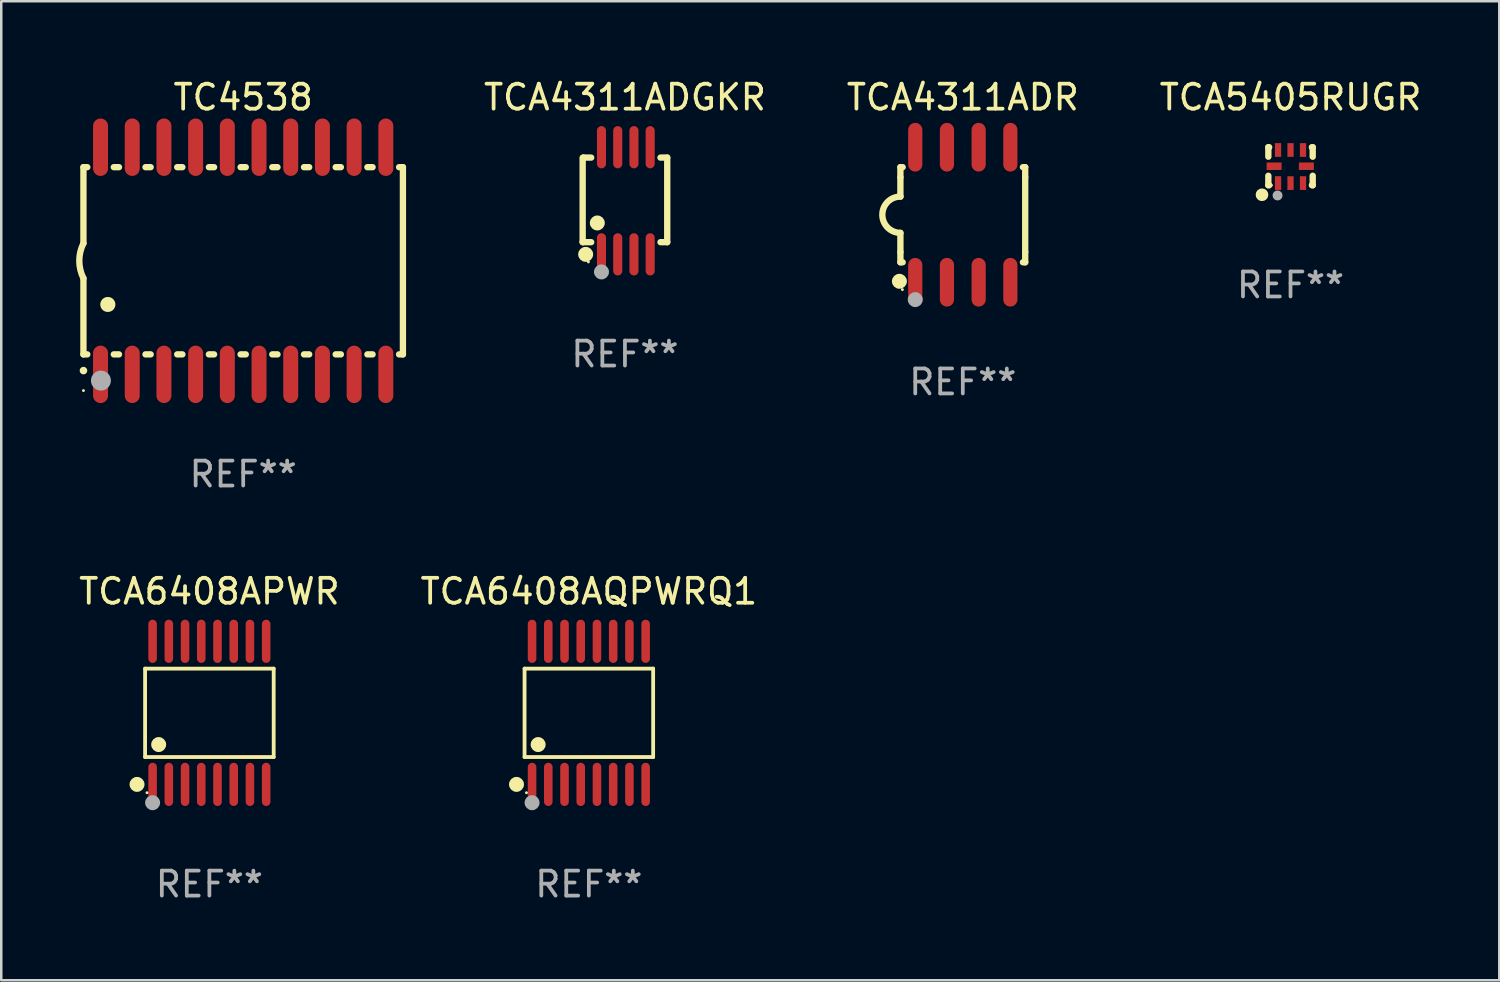
<source format=kicad_pcb>
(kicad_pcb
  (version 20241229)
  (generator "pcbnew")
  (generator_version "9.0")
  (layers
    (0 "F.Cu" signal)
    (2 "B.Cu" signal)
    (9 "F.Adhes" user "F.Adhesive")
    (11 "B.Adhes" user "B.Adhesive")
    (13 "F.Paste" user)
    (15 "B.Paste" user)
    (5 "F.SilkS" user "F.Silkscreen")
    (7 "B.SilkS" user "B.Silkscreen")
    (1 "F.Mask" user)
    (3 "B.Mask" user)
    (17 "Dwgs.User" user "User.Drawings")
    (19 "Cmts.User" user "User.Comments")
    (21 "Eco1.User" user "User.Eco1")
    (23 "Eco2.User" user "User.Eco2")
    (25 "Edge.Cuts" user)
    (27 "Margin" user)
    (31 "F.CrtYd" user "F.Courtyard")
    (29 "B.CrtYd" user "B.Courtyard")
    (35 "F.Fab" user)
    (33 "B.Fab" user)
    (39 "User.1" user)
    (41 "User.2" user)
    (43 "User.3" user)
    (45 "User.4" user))
  (footprint "TCA5405RUGR"
    (layer "F.Cu")
    (at 48.654 3.61)
    (property "Reference" "TCA5405RUGR" (at 0 -2.762 0) (layer "F.SilkS") (effects (font (size 1 1) (thickness 0.15))))
    (attr through_hole)
    (fp_line (start -0.889 -0.762) (end -0.889 -0.381) (stroke (width 0.254) (type solid)) (layer "F.SilkS"))
    (fp_line (start -0.889 0.381) (end -0.889 0.762) (stroke (width 0.254) (type solid)) (layer "F.SilkS"))
    (fp_line (start -0.889 0.762) (end -0.856 0.762) (stroke (width 0.254) (type solid)) (layer "F.SilkS"))
    (fp_line (start -0.856 -0.762) (end -0.889 -0.762) (stroke (width 0.254) (type solid)) (layer "F.SilkS"))
    (fp_line (start 0.856 0.762) (end 0.889 0.762) (stroke (width 0.254) (type solid)) (layer "F.SilkS"))
    (fp_line (start 0.889 -0.762) (end 0.856 -0.762) (stroke (width 0.254) (type solid)) (layer "F.SilkS"))
    (fp_line (start 0.889 -0.381) (end 0.889 -0.762) (stroke (width 0.254) (type solid)) (layer "F.SilkS"))
    (fp_line (start 0.889 0.762) (end 0.889 0.381) (stroke (width 0.254) (type solid)) (layer "F.SilkS"))
    (fp_circle (center -1.143 1.143) (end -1.016 1.143) (stroke (width 0.254) (type solid)) (fill no) (layer "F.SilkS"))
    (fp_circle (center -0.768 0.762) (end -0.738 0.762) (stroke (width 0.06) (type solid)) (fill no) (layer "F.SilkS"))
    (fp_circle (center -0.52 1.171) (end -0.42 1.171) (stroke (width 0.2) (type solid)) (fill no) (layer "F.Fab"))
    (fp_text user "REF**" (at 0 4.762 0) (layer "F.Fab") (effects (font (size 1 1) (thickness 0.15))))
    (pad "1" smd rect (at -0.5 0.675 270) (size 0.55 0.25) (layers "F.Cu" "F.Mask" "F.Paste"))
    (pad "2" smd rect (at 0.000025 0.675 270) (size 0.55 0.25) (layers "F.Cu" "F.Mask" "F.Paste"))
    (pad "3" smd rect (at 0.5 0.675 270) (size 0.55 0.25) (layers "F.Cu" "F.Mask" "F.Paste"))
    (pad "4" smd rect (at 0.635 0.000051) (size 0.6 0.3) (layers "F.Cu" "F.Mask" "F.Paste"))
    (pad "5" smd rect (at 0.5 -0.65 270) (size 0.55 0.25) (layers "F.Cu" "F.Mask" "F.Paste"))
    (pad "6" smd rect (at 0.000025 -0.65 270) (size 0.55 0.25) (layers "F.Cu" "F.Mask" "F.Paste"))
    (pad "7" smd rect (at -0.5 -0.65 270) (size 0.55 0.25) (layers "F.Cu" "F.Mask" "F.Paste"))
    (pad "8" smd rect (at -0.658 0.000051) (size 0.6 0.3) (layers "F.Cu" "F.Mask" "F.Paste")))
  (footprint "TCA4311ADR"
    (layer "F.Cu")
    (at 35.524 5.553)
    (property "Reference" "TCA4311ADR" (at 0 -4.705 0) (layer "F.SilkS") (effects (font (size 1 1) (thickness 0.15))))
    (attr through_hole)
    (fp_line (start -2.5 -1.905) (end -2.409 -1.905) (stroke (width 0.254) (type solid)) (layer "F.SilkS"))
    (fp_line (start -2.5 -1.5) (end -2.5 -1.905) (stroke (width 0.254) (type solid)) (layer "F.SilkS"))
    (fp_line (start -2.5 -1.5) (end -2.5 -0.726) (stroke (width 0.254) (type solid)) (layer "F.SilkS"))
    (fp_line (start -2.5 1.5) (end -2.5 0.727) (stroke (width 0.254) (type solid)) (layer "F.SilkS"))
    (fp_line (start -2.5 1.5) (end -2.5 1.905) (stroke (width 0.254) (type solid)) (layer "F.SilkS"))
    (fp_line (start -2.5 1.905) (end -2.409 1.905) (stroke (width 0.254) (type solid)) (layer "F.SilkS"))
    (fp_line (start 2.5 -1.905) (end 2.409 -1.905) (stroke (width 0.254) (type solid)) (layer "F.SilkS"))
    (fp_line (start 2.5 -1.5) (end 2.5 -1.905) (stroke (width 0.254) (type solid)) (layer "F.SilkS"))
    (fp_line (start 2.5 -1.5) (end 2.5 1.5) (stroke (width 0.254) (type solid)) (layer "F.SilkS"))
    (fp_line (start 2.5 1.5) (end 2.5 1.905) (stroke (width 0.254) (type solid)) (layer "F.SilkS"))
    (fp_line (start 2.5 1.905) (end 2.409 1.905) (stroke (width 0.254) (type solid)) (layer "F.SilkS"))
    (fp_arc (start -2.5 0.726568) (mid -3.220316 -0.0023) (end -2.495097 -0.726289) (stroke (width 0.254001) (type solid)) (layer "F.SilkS"))
    (fp_circle (center -2.54 2.667) (end -2.39 2.667) (stroke (width 0.3) (type solid)) (fill no) (layer "F.SilkS"))
    (fp_circle (center -2.42 3) (end -2.39 3) (stroke (width 0.06) (type solid)) (fill no) (layer "F.SilkS"))
    (fp_circle (center -1.905 3.4) (end -1.755 3.4) (stroke (width 0.3) (type solid)) (fill no) (layer "F.Fab"))
    (fp_text user "REF**" (at 0 6.705 0) (layer "F.Fab") (effects (font (size 1 1) (thickness 0.15))))
    (pad "1" smd oval (at -1.905 2.705) (size 0.568 1.95) (layers "F.Cu" "F.Mask" "F.Paste"))
    (pad "2" smd oval (at -0.635 2.705) (size 0.568 1.95) (layers "F.Cu" "F.Mask" "F.Paste"))
    (pad "3" smd oval (at 0.635 2.705) (size 0.568 1.95) (layers "F.Cu" "F.Mask" "F.Paste"))
    (pad "4" smd oval (at 1.905 2.705) (size 0.568 1.95) (layers "F.Cu" "F.Mask" "F.Paste"))
    (pad "5" smd oval (at 1.905 -2.705) (size 0.568 1.95) (layers "F.Cu" "F.Mask" "F.Paste"))
    (pad "6" smd oval (at 0.635 -2.705) (size 0.568 1.95) (layers "F.Cu" "F.Mask" "F.Paste"))
    (pad "7" smd oval (at -0.635 -2.705) (size 0.568 1.95) (layers "F.Cu" "F.Mask" "F.Paste"))
    (pad "8" smd oval (at -1.905 -2.705) (size 0.568 1.95) (layers "F.Cu" "F.Mask" "F.Paste")))
  (footprint "TC4538"
    (layer "F.Cu")
    (at 6.693 7.398)
    (property "Reference" "TC4538" (at 0 -6.55 0) (layer "F.SilkS") (effects (font (size 1 1) (thickness 0.15))))
    (attr through_hole)
    (fp_line (start -6.4 -3.75) (end -6.4 -0.7) (stroke (width 0.254) (type solid)) (layer "F.SilkS"))
    (fp_line (start -6.4 -3.75) (end -6.246 -3.75) (stroke (width 0.254) (type solid)) (layer "F.SilkS"))
    (fp_line (start -6.4 3.75) (end -6.4 0.7) (stroke (width 0.254) (type solid)) (layer "F.SilkS"))
    (fp_line (start -6.246 3.75) (end -6.4 3.75) (stroke (width 0.254) (type solid)) (layer "F.SilkS"))
    (fp_line (start -5.184 -3.75) (end -4.976 -3.75) (stroke (width 0.254) (type solid)) (layer "F.SilkS"))
    (fp_line (start -4.976 3.75) (end -5.184 3.75) (stroke (width 0.254) (type solid)) (layer "F.SilkS"))
    (fp_line (start -3.914 -3.75) (end -3.706 -3.75) (stroke (width 0.254) (type solid)) (layer "F.SilkS"))
    (fp_line (start -3.706 3.75) (end -3.914 3.75) (stroke (width 0.254) (type solid)) (layer "F.SilkS"))
    (fp_line (start -2.644 -3.75) (end -2.436 -3.75) (stroke (width 0.254) (type solid)) (layer "F.SilkS"))
    (fp_line (start -2.436 3.75) (end -2.644 3.75) (stroke (width 0.254) (type solid)) (layer "F.SilkS"))
    (fp_line (start -1.374 -3.75) (end -1.166 -3.75) (stroke (width 0.254) (type solid)) (layer "F.SilkS"))
    (fp_line (start -1.166 3.75) (end -1.374 3.75) (stroke (width 0.254) (type solid)) (layer "F.SilkS"))
    (fp_line (start -0.104 -3.75) (end 0.104 -3.75) (stroke (width 0.254) (type solid)) (layer "F.SilkS"))
    (fp_line (start 0.104 3.75) (end -0.104 3.75) (stroke (width 0.254) (type solid)) (layer "F.SilkS"))
    (fp_line (start 1.166 -3.75) (end 1.374 -3.75) (stroke (width 0.254) (type solid)) (layer "F.SilkS"))
    (fp_line (start 1.374 3.75) (end 1.166 3.75) (stroke (width 0.254) (type solid)) (layer "F.SilkS"))
    (fp_line (start 2.436 -3.75) (end 2.644 -3.75) (stroke (width 0.254) (type solid)) (layer "F.SilkS"))
    (fp_line (start 2.644 3.75) (end 2.436 3.75) (stroke (width 0.254) (type solid)) (layer "F.SilkS"))
    (fp_line (start 3.706 -3.75) (end 3.914 -3.75) (stroke (width 0.254) (type solid)) (layer "F.SilkS"))
    (fp_line (start 3.914 3.75) (end 3.706 3.75) (stroke (width 0.254) (type solid)) (layer "F.SilkS"))
    (fp_line (start 4.976 -3.75) (end 5.184 -3.75) (stroke (width 0.254) (type solid)) (layer "F.SilkS"))
    (fp_line (start 5.184 3.75) (end 4.976 3.75) (stroke (width 0.254) (type solid)) (layer "F.SilkS"))
    (fp_line (start 6.246 -3.75) (end 6.4 -3.75) (stroke (width 0.254) (type solid)) (layer "F.SilkS"))
    (fp_line (start 6.4 -3.75) (end 6.4 3.75) (stroke (width 0.254) (type solid)) (layer "F.SilkS"))
    (fp_line (start 6.4 3.75) (end 6.246 3.75) (stroke (width 0.254) (type solid)) (layer "F.SilkS"))
    (fp_arc (start -6.400812 0.701041) (mid -6.565912 0.000428) (end -6.400025 -0.7) (stroke (width 0.254001) (type solid)) (layer "F.SilkS"))
    (fp_arc (start -6.400025 4.4) (mid -6.398755 4.399995) (end -6.397485 4.4) (stroke (width 0.3) (type solid)) (layer "F.SilkS"))
    (fp_arc (start -5.425451 1.750064) (mid -5.422911 1.750053) (end -5.420371 1.750064) (stroke (width 0.6) (type solid)) (layer "F.SilkS"))
    (fp_circle (center -6.4 5.2) (end -6.37 5.2) (stroke (width 0.06) (type solid)) (fill no) (layer "F.SilkS"))
    (fp_circle (center -5.7 4.8) (end -5.5 4.8) (stroke (width 0.4) (type solid)) (fill no) (layer "F.Fab"))
    (fp_text user "REF**" (at 0 8.55 0) (layer "F.Fab") (effects (font (size 1 1) (thickness 0.15))))
    (pad "1" smd oval (at -5.715 4.55 180) (size 0.6 2.3) (layers "F.Cu" "F.Mask" "F.Paste"))
    (pad "2" smd oval (at -4.445 4.55 180) (size 0.6 2.3) (layers "F.Cu" "F.Mask" "F.Paste"))
    (pad "3" smd oval (at -3.175 4.55 180) (size 0.6 2.3) (layers "F.Cu" "F.Mask" "F.Paste"))
    (pad "4" smd oval (at -1.905 4.55 180) (size 0.6 2.3) (layers "F.Cu" "F.Mask" "F.Paste"))
    (pad "5" smd oval (at -0.635 4.55 180) (size 0.6 2.3) (layers "F.Cu" "F.Mask" "F.Paste"))
    (pad "6" smd oval (at 0.635 4.55 180) (size 0.6 2.3) (layers "F.Cu" "F.Mask" "F.Paste"))
    (pad "7" smd oval (at 1.905 4.55 180) (size 0.6 2.3) (layers "F.Cu" "F.Mask" "F.Paste"))
    (pad "8" smd oval (at 3.175 4.55 180) (size 0.6 2.3) (layers "F.Cu" "F.Mask" "F.Paste"))
    (pad "9" smd oval (at 4.445 4.55 180) (size 0.6 2.3) (layers "F.Cu" "F.Mask" "F.Paste"))
    (pad "10" smd oval (at 5.715 4.55 180) (size 0.6 2.3) (layers "F.Cu" "F.Mask" "F.Paste"))
    (pad "11" smd oval (at 5.715 -4.55 180) (size 0.6 2.3) (layers "F.Cu" "F.Mask" "F.Paste"))
    (pad "12" smd oval (at 4.445 -4.55 180) (size 0.6 2.3) (layers "F.Cu" "F.Mask" "F.Paste"))
    (pad "13" smd oval (at 3.175 -4.55 180) (size 0.6 2.3) (layers "F.Cu" "F.Mask" "F.Paste"))
    (pad "14" smd oval (at 1.905 -4.55 180) (size 0.6 2.3) (layers "F.Cu" "F.Mask" "F.Paste"))
    (pad "15" smd oval (at 0.635 -4.55 180) (size 0.6 2.3) (layers "F.Cu" "F.Mask" "F.Paste"))
    (pad "16" smd oval (at -0.635 -4.55 180) (size 0.6 2.3) (layers "F.Cu" "F.Mask" "F.Paste"))
    (pad "17" smd oval (at -1.905 -4.55 180) (size 0.6 2.3) (layers "F.Cu" "F.Mask" "F.Paste"))
    (pad "18" smd oval (at -3.175 -4.55 180) (size 0.6 2.3) (layers "F.Cu" "F.Mask" "F.Paste"))
    (pad "19" smd oval (at -4.445 -4.55 180) (size 0.6 2.3) (layers "F.Cu" "F.Mask" "F.Paste"))
    (pad "20" smd oval (at -5.715 -4.55 180) (size 0.6 2.3) (layers "F.Cu" "F.Mask" "F.Paste")))
  (footprint "TCA6408APWR"
    (layer "F.Cu")
    (at 5.339 25.51)
    (property "Reference" "TCA6408APWR" (at 0 -4.866 0) (layer "F.SilkS") (effects (font (size 1 1) (thickness 0.15))))
    (attr through_hole)
    (fp_line (start -2.576 -1.772) (end 2.576 -1.772) (stroke (width 0.152) (type solid)) (layer "F.SilkS"))
    (fp_line (start -2.576 1.771) (end -2.576 -1.772) (stroke (width 0.152) (type solid)) (layer "F.SilkS"))
    (fp_line (start 2.576 -1.772) (end 2.576 1.771) (stroke (width 0.152) (type solid)) (layer "F.SilkS"))
    (fp_line (start 2.576 1.771) (end -2.576 1.771) (stroke (width 0.152) (type solid)) (layer "F.SilkS"))
    (fp_circle (center -2.899 2.866) (end -2.749 2.866) (stroke (width 0.3) (type solid)) (fill no) (layer "F.SilkS"))
    (fp_circle (center -2.5 3.2) (end -2.47 3.2) (stroke (width 0.06) (type solid)) (fill no) (layer "F.SilkS"))
    (fp_circle (center -2.032 1.27) (end -1.882 1.27) (stroke (width 0.3) (type solid)) (fill no) (layer "F.SilkS"))
    (fp_circle (center -2.275 3.6) (end -2.125 3.6) (stroke (width 0.3) (type solid)) (fill no) (layer "F.Fab"))
    (fp_text user "REF**" (at 0 6.866 0) (layer "F.Fab") (effects (font (size 1 1) (thickness 0.15))))
    (pad "1" smd oval (at -2.275 2.866) (size 0.343 1.731) (layers "F.Cu" "F.Mask" "F.Paste"))
    (pad "2" smd oval (at -1.625 2.866) (size 0.343 1.731) (layers "F.Cu" "F.Mask" "F.Paste"))
    (pad "3" smd oval (at -0.975 2.866) (size 0.343 1.731) (layers "F.Cu" "F.Mask" "F.Paste"))
    (pad "4" smd oval (at -0.325 2.866) (size 0.343 1.731) (layers "F.Cu" "F.Mask" "F.Paste"))
    (pad "5" smd oval (at 0.325 2.866) (size 0.343 1.731) (layers "F.Cu" "F.Mask" "F.Paste"))
    (pad "6" smd oval (at 0.975 2.866) (size 0.343 1.731) (layers "F.Cu" "F.Mask" "F.Paste"))
    (pad "7" smd oval (at 1.625 2.866) (size 0.343 1.731) (layers "F.Cu" "F.Mask" "F.Paste"))
    (pad "8" smd oval (at 2.275 2.866) (size 0.343 1.731) (layers "F.Cu" "F.Mask" "F.Paste"))
    (pad "9" smd oval (at 2.275 -2.866) (size 0.343 1.731) (layers "F.Cu" "F.Mask" "F.Paste"))
    (pad "10" smd oval (at 1.625 -2.866) (size 0.343 1.731) (layers "F.Cu" "F.Mask" "F.Paste"))
    (pad "11" smd oval (at 0.975 -2.866) (size 0.343 1.731) (layers "F.Cu" "F.Mask" "F.Paste"))
    (pad "12" smd oval (at 0.325 -2.866) (size 0.343 1.731) (layers "F.Cu" "F.Mask" "F.Paste"))
    (pad "13" smd oval (at -0.325 -2.866) (size 0.343 1.731) (layers "F.Cu" "F.Mask" "F.Paste"))
    (pad "14" smd oval (at -0.975 -2.866) (size 0.343 1.731) (layers "F.Cu" "F.Mask" "F.Paste"))
    (pad "15" smd oval (at -1.625 -2.866) (size 0.343 1.731) (layers "F.Cu" "F.Mask" "F.Paste"))
    (pad "16" smd oval (at -2.275 -2.866) (size 0.343 1.731) (layers "F.Cu" "F.Mask" "F.Paste")))
  (footprint "TCA6408AQPWRQ1"
    (layer "F.Cu")
    (at 20.542 25.51)
    (property "Reference" "TCA6408AQPWRQ1" (at 0 -4.866 0) (layer "F.SilkS") (effects (font (size 1 1) (thickness 0.15))))
    (attr through_hole)
    (fp_line (start -2.576 -1.772) (end 2.576 -1.772) (stroke (width 0.152) (type solid)) (layer "F.SilkS"))
    (fp_line (start -2.576 1.771) (end -2.576 -1.772) (stroke (width 0.152) (type solid)) (layer "F.SilkS"))
    (fp_line (start 2.576 -1.772) (end 2.576 1.771) (stroke (width 0.152) (type solid)) (layer "F.SilkS"))
    (fp_line (start 2.576 1.771) (end -2.576 1.771) (stroke (width 0.152) (type solid)) (layer "F.SilkS"))
    (fp_circle (center -2.899 2.866) (end -2.749 2.866) (stroke (width 0.3) (type solid)) (fill no) (layer "F.SilkS"))
    (fp_circle (center -2.5 3.2) (end -2.47 3.2) (stroke (width 0.06) (type solid)) (fill no) (layer "F.SilkS"))
    (fp_circle (center -2.032 1.27) (end -1.882 1.27) (stroke (width 0.3) (type solid)) (fill no) (layer "F.SilkS"))
    (fp_circle (center -2.275 3.6) (end -2.125 3.6) (stroke (width 0.3) (type solid)) (fill no) (layer "F.Fab"))
    (fp_text user "REF**" (at 0 6.866 0) (layer "F.Fab") (effects (font (size 1 1) (thickness 0.15))))
    (pad "1" smd oval (at -2.275 2.866) (size 0.343 1.731) (layers "F.Cu" "F.Mask" "F.Paste"))
    (pad "2" smd oval (at -1.625 2.866) (size 0.343 1.731) (layers "F.Cu" "F.Mask" "F.Paste"))
    (pad "3" smd oval (at -0.975 2.866) (size 0.343 1.731) (layers "F.Cu" "F.Mask" "F.Paste"))
    (pad "4" smd oval (at -0.325 2.866) (size 0.343 1.731) (layers "F.Cu" "F.Mask" "F.Paste"))
    (pad "5" smd oval (at 0.325 2.866) (size 0.343 1.731) (layers "F.Cu" "F.Mask" "F.Paste"))
    (pad "6" smd oval (at 0.975 2.866) (size 0.343 1.731) (layers "F.Cu" "F.Mask" "F.Paste"))
    (pad "7" smd oval (at 1.625 2.866) (size 0.343 1.731) (layers "F.Cu" "F.Mask" "F.Paste"))
    (pad "8" smd oval (at 2.275 2.866) (size 0.343 1.731) (layers "F.Cu" "F.Mask" "F.Paste"))
    (pad "9" smd oval (at 2.275 -2.866) (size 0.343 1.731) (layers "F.Cu" "F.Mask" "F.Paste"))
    (pad "10" smd oval (at 1.625 -2.866) (size 0.343 1.731) (layers "F.Cu" "F.Mask" "F.Paste"))
    (pad "11" smd oval (at 0.975 -2.866) (size 0.343 1.731) (layers "F.Cu" "F.Mask" "F.Paste"))
    (pad "12" smd oval (at 0.325 -2.866) (size 0.343 1.731) (layers "F.Cu" "F.Mask" "F.Paste"))
    (pad "13" smd oval (at -0.325 -2.866) (size 0.343 1.731) (layers "F.Cu" "F.Mask" "F.Paste"))
    (pad "14" smd oval (at -0.975 -2.866) (size 0.343 1.731) (layers "F.Cu" "F.Mask" "F.Paste"))
    (pad "15" smd oval (at -1.625 -2.866) (size 0.343 1.731) (layers "F.Cu" "F.Mask" "F.Paste"))
    (pad "16" smd oval (at -2.275 -2.866) (size 0.343 1.731) (layers "F.Cu" "F.Mask" "F.Paste")))
  (footprint "TCA4311ADGKR"
    (layer "F.Cu")
    (at 21.988 4.994)
    (property "Reference" "TCA4311ADGKR" (at 0 -4.146 0) (layer "F.SilkS") (effects (font (size 1 1) (thickness 0.15))))
    (attr through_hole)
    (fp_line (start -1.694 -1.724) (end -1.694 1.652) (stroke (width 0.254) (type solid)) (layer "F.SilkS"))
    (fp_line (start -1.694 1.652) (end -1.688 1.658) (stroke (width 0.254) (type solid)) (layer "F.SilkS"))
    (fp_line (start -1.688 1.658) (end -1.353 1.658) (stroke (width 0.254) (type solid)) (layer "F.SilkS"))
    (fp_line (start -1.661 -1.73) (end -1.681 -1.71) (stroke (width 0.254) (type solid)) (layer "F.SilkS"))
    (fp_line (start -1.353 -1.73) (end -1.661 -1.73) (stroke (width 0.254) (type solid)) (layer "F.SilkS"))
    (fp_line (start 1.424 1.658) (end 1.694 1.658) (stroke (width 0.254) (type solid)) (layer "F.SilkS"))
    (fp_line (start 1.694 -1.73) (end 1.424 -1.73) (stroke (width 0.254) (type solid)) (layer "F.SilkS"))
    (fp_line (start 1.694 1.658) (end 1.694 -1.73) (stroke (width 0.254) (type solid)) (layer "F.SilkS"))
    (fp_circle (center -1.574 2.146) (end -1.424 2.146) (stroke (width 0.3) (type solid)) (fill no) (layer "F.SilkS"))
    (fp_circle (center -1.464 2.45) (end -1.434 2.45) (stroke (width 0.06) (type solid)) (fill no) (layer "F.SilkS"))
    (fp_circle (center -1.107 0.889) (end -0.957 0.889) (stroke (width 0.3) (type solid)) (fill no) (layer "F.SilkS"))
    (fp_circle (center -0.94 2.85) (end -0.789 2.85) (stroke (width 0.3) (type solid)) (fill no) (layer "F.Fab"))
    (fp_text user "REF**" (at 0 6.146 0) (layer "F.Fab") (effects (font (size 1 1) (thickness 0.15))))
    (pad "1" smd oval (at -0.94 2.146) (size 0.364 1.692) (layers "F.Cu" "F.Mask" "F.Paste"))
    (pad "2" smd oval (at -0.289 2.146) (size 0.364 1.692) (layers "F.Cu" "F.Mask" "F.Paste"))
    (pad "3" smd oval (at 0.361 2.146) (size 0.364 1.692) (layers "F.Cu" "F.Mask" "F.Paste"))
    (pad "4" smd oval (at 1.011 2.146) (size 0.364 1.692) (layers "F.Cu" "F.Mask" "F.Paste"))
    (pad "5" smd oval (at 1.011 -2.146) (size 0.364 1.692) (layers "F.Cu" "F.Mask" "F.Paste"))
    (pad "6" smd oval (at 0.361 -2.146) (size 0.364 1.692) (layers "F.Cu" "F.Mask" "F.Paste"))
    (pad "7" smd oval (at -0.289 -2.146) (size 0.364 1.692) (layers "F.Cu" "F.Mask" "F.Paste"))
    (pad "8" smd oval (at -0.94 -2.146) (size 0.364 1.692) (layers "F.Cu" "F.Mask" "F.Paste")))
  (gr_rect
    (start -3 -3)
    (end 57.018 36.224)
    (stroke (width 0.1) (type default))
    (fill no)
    (layer "Edge.Cuts")))
</source>
